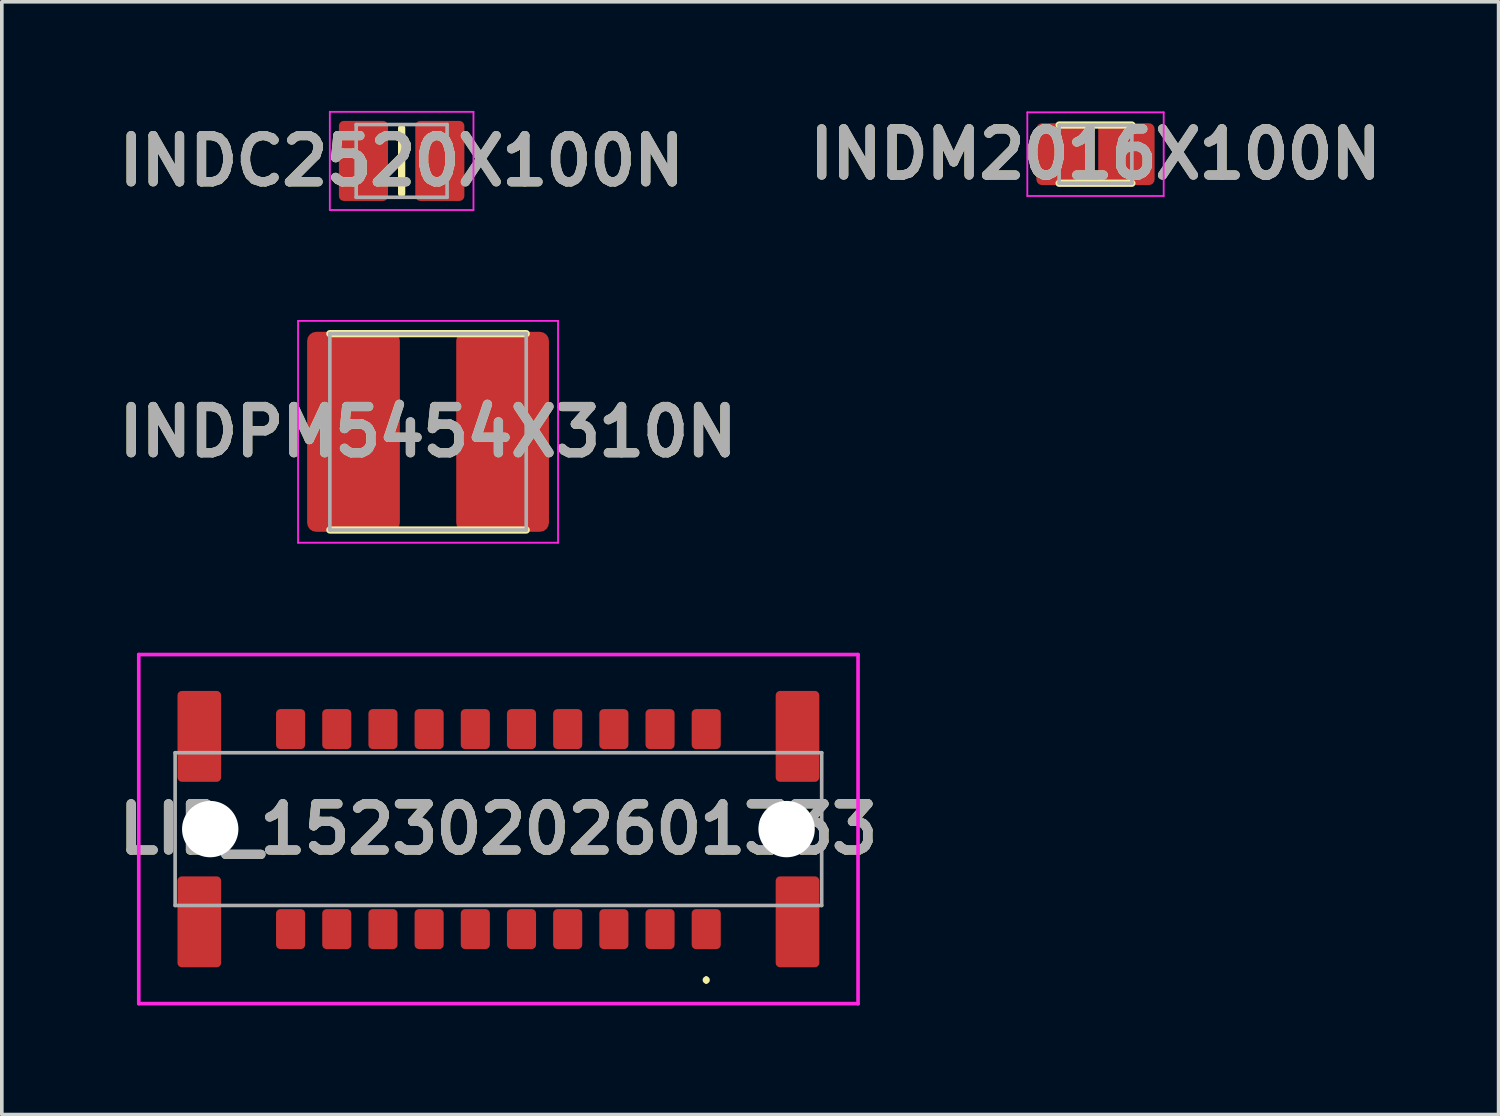
<source format=kicad_pcb>
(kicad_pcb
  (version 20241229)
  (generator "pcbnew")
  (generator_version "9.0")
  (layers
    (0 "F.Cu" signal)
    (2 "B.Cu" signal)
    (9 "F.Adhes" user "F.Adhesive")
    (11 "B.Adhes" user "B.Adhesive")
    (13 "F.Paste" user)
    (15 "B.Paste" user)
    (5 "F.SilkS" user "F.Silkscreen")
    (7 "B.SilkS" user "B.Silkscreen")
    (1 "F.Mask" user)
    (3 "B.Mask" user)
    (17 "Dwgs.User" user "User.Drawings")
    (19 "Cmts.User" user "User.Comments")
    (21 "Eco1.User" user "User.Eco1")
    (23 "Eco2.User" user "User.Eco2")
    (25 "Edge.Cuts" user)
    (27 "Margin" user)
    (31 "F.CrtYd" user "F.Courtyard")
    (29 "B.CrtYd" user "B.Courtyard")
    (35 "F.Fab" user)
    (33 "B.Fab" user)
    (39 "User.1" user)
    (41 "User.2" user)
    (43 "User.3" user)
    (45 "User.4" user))
  (footprint "INDPM5454X310N"
    (layer "F.Cu")
    (at 8.721 8.825)
    (property "Reference" "INDPM5454X310N" (at 0 0 0) (layer "F.SilkS") (effects (font (size 1.27 1.27) (thickness 0.254))))
    (attr smd)
    (fp_line (start -2.7 2.7) (end 2.7 2.7) (stroke (width 0.2) (type solid)) (layer "F.SilkS"))
    (fp_line (start 2.7 -2.7) (end -2.7 -2.7) (stroke (width 0.2) (type solid)) (layer "F.SilkS"))
    (fp_line (start -3.575 -3.05) (end 3.575 -3.05) (stroke (width 0.05) (type solid)) (layer "F.CrtYd"))
    (fp_line (start -3.575 3.05) (end -3.575 -3.05) (stroke (width 0.05) (type solid)) (layer "F.CrtYd"))
    (fp_line (start 3.575 -3.05) (end 3.575 3.05) (stroke (width 0.05) (type solid)) (layer "F.CrtYd"))
    (fp_line (start 3.575 3.05) (end -3.575 3.05) (stroke (width 0.05) (type solid)) (layer "F.CrtYd"))
    (fp_line (start -2.7 -2.7) (end 2.7 -2.7) (stroke (width 0.1) (type solid)) (layer "F.Fab"))
    (fp_line (start -2.7 2.7) (end -2.7 -2.7) (stroke (width 0.1) (type solid)) (layer "F.Fab"))
    (fp_line (start 2.7 -2.7) (end 2.7 2.7) (stroke (width 0.1) (type solid)) (layer "F.Fab"))
    (fp_line (start 2.7 2.7) (end -2.7 2.7) (stroke (width 0.1) (type solid)) (layer "F.Fab"))
    (fp_text user "${REFERENCE}" (at 0 0 0) (layer "F.Fab") (effects (font (size 1.27 1.27) (thickness 0.254))))
    (pad "1" smd roundrect (at -2.05 0) (size 2.55 5.5) (layers "F.Cu" "F.Mask" "F.Paste") (roundrect_rratio 0.098))
    (pad "2" smd roundrect (at 2.05 0) (size 2.55 5.5) (layers "F.Cu" "F.Mask" "F.Paste") (roundrect_rratio 0.098)))
  (footprint "LIB_15230202601333"
    (layer "F.Cu")
    (at 10.656 19.75)
    (property "Reference" "LIB_15230202601333" (at 0 0 0) (layer "F.SilkS") (effects (font (size 1.27 1.27) (thickness 0.254))))
    (attr through_hole)
    (fp_line (start 5.715 4.1) (end 5.715 4.1) (stroke (width 0.1) (type solid)) (layer "F.SilkS"))
    (fp_line (start 5.715 4.2) (end 5.715 4.2) (stroke (width 0.1) (type solid)) (layer "F.SilkS"))
    (fp_arc (start 5.715 4.1) (mid 5.765 4.15) (end 5.715 4.2) (stroke (width 0.1) (type solid)) (layer "F.SilkS"))
    (fp_arc (start 5.715 4.2) (mid 5.665 4.15) (end 5.715 4.1) (stroke (width 0.1) (type solid)) (layer "F.SilkS"))
    (fp_line (start -9.89 -4.8) (end 9.89 -4.8) (stroke (width 0.1) (type solid)) (layer "F.CrtYd"))
    (fp_line (start -9.89 4.8) (end -9.89 -4.8) (stroke (width 0.1) (type solid)) (layer "F.CrtYd"))
    (fp_line (start 9.89 -4.8) (end 9.89 4.8) (stroke (width 0.1) (type solid)) (layer "F.CrtYd"))
    (fp_line (start 9.89 4.8) (end -9.89 4.8) (stroke (width 0.1) (type solid)) (layer "F.CrtYd"))
    (fp_line (start -8.89 -2.1) (end 8.89 -2.1) (stroke (width 0.1) (type solid)) (layer "F.Fab"))
    (fp_line (start -8.89 2.1) (end -8.89 -2.1) (stroke (width 0.1) (type solid)) (layer "F.Fab"))
    (fp_line (start 8.89 -2.1) (end 8.89 2.1) (stroke (width 0.1) (type solid)) (layer "F.Fab"))
    (fp_line (start 8.89 2.1) (end -8.89 2.1) (stroke (width 0.1) (type solid)) (layer "F.Fab"))
    (fp_text user "${REFERENCE}" (at 0 0 0) (layer "F.Fab") (effects (font (size 1.27 1.27) (thickness 0.254))))
    (pad "" np_thru_hole circle (at -7.925 0) (size 1.55 1.55) (drill 1.55) (layers "*.Cu" "*.Mask"))
    (pad "" np_thru_hole circle (at 7.925 0) (size 1.55 1.55) (drill 1.55) (layers "*.Cu" "*.Mask"))
    (pad "1" smd roundrect (at 8.225 2.55) (size 1.2 2.5) (layers "F.Cu" "F.Mask" "F.Paste") (roundrect_rratio 0.1))
    (pad "2" smd roundrect (at 8.225 -2.55) (size 1.2 2.5) (layers "F.Cu" "F.Mask" "F.Paste") (roundrect_rratio 0.1))
    (pad "3" smd roundrect (at -8.225 2.55) (size 1.2 2.5) (layers "F.Cu" "F.Mask" "F.Paste") (roundrect_rratio 0.1))
    (pad "4" smd roundrect (at -8.225 -2.55) (size 1.2 2.5) (layers "F.Cu" "F.Mask" "F.Paste") (roundrect_rratio 0.1))
    (pad "A1" smd roundrect (at 5.715 2.75) (size 0.8 1.1) (layers "F.Cu" "F.Mask" "F.Paste") (roundrect_rratio 0.15))
    (pad "A2" smd roundrect (at 4.445 2.75) (size 0.8 1.1) (layers "F.Cu" "F.Mask" "F.Paste") (roundrect_rratio 0.15))
    (pad "A3" smd roundrect (at 3.175 2.75) (size 0.8 1.1) (layers "F.Cu" "F.Mask" "F.Paste") (roundrect_rratio 0.15))
    (pad "A4" smd roundrect (at 1.905 2.75) (size 0.8 1.1) (layers "F.Cu" "F.Mask" "F.Paste") (roundrect_rratio 0.15))
    (pad "A5" smd roundrect (at 0.635 2.75) (size 0.8 1.1) (layers "F.Cu" "F.Mask" "F.Paste") (roundrect_rratio 0.15))
    (pad "A6" smd roundrect (at -0.635 2.75) (size 0.8 1.1) (layers "F.Cu" "F.Mask" "F.Paste") (roundrect_rratio 0.15))
    (pad "A7" smd roundrect (at -1.905 2.75) (size 0.8 1.1) (layers "F.Cu" "F.Mask" "F.Paste") (roundrect_rratio 0.15))
    (pad "A8" smd roundrect (at -3.175 2.75) (size 0.8 1.1) (layers "F.Cu" "F.Mask" "F.Paste") (roundrect_rratio 0.15))
    (pad "A9" smd roundrect (at -4.445 2.75) (size 0.8 1.1) (layers "F.Cu" "F.Mask" "F.Paste") (roundrect_rratio 0.15))
    (pad "A10" smd roundrect (at -5.715 2.75) (size 0.8 1.1) (layers "F.Cu" "F.Mask" "F.Paste") (roundrect_rratio 0.15))
    (pad "B1" smd roundrect (at 5.715 -2.75) (size 0.8 1.1) (layers "F.Cu" "F.Mask" "F.Paste") (roundrect_rratio 0.15))
    (pad "B2" smd roundrect (at 4.445 -2.75) (size 0.8 1.1) (layers "F.Cu" "F.Mask" "F.Paste") (roundrect_rratio 0.15))
    (pad "B3" smd roundrect (at 3.175 -2.75) (size 0.8 1.1) (layers "F.Cu" "F.Mask" "F.Paste") (roundrect_rratio 0.15))
    (pad "B4" smd roundrect (at 1.905 -2.75) (size 0.8 1.1) (layers "F.Cu" "F.Mask" "F.Paste") (roundrect_rratio 0.15))
    (pad "B5" smd roundrect (at 0.635 -2.75) (size 0.8 1.1) (layers "F.Cu" "F.Mask" "F.Paste") (roundrect_rratio 0.15))
    (pad "B6" smd roundrect (at -0.635 -2.75) (size 0.8 1.1) (layers "F.Cu" "F.Mask" "F.Paste") (roundrect_rratio 0.15))
    (pad "B7" smd roundrect (at -1.905 -2.75) (size 0.8 1.1) (layers "F.Cu" "F.Mask" "F.Paste") (roundrect_rratio 0.15))
    (pad "B8" smd roundrect (at -3.175 -2.75) (size 0.8 1.1) (layers "F.Cu" "F.Mask" "F.Paste") (roundrect_rratio 0.15))
    (pad "B9" smd roundrect (at -4.445 -2.75) (size 0.8 1.1) (layers "F.Cu" "F.Mask" "F.Paste") (roundrect_rratio 0.15))
    (pad "B10" smd roundrect (at -5.715 -2.75) (size 0.8 1.1) (layers "F.Cu" "F.Mask" "F.Paste") (roundrect_rratio 0.15)))
  (footprint "INDM2016X100N"
    (layer "F.Cu")
    (at 27.076 1.189)
    (property "Reference" "INDM2016X100N" (at 0 0 0) (layer "F.SilkS") (effects (font (size 1.27 1.27) (thickness 0.254))))
    (attr smd)
    (fp_line (start -1 0.8) (end 1 0.8) (stroke (width 0.2) (type solid)) (layer "F.SilkS"))
    (fp_line (start 1 -0.8) (end -1 -0.8) (stroke (width 0.2) (type solid)) (layer "F.SilkS"))
    (fp_line (start -1.875 -1.15) (end 1.875 -1.15) (stroke (width 0.05) (type solid)) (layer "F.CrtYd"))
    (fp_line (start -1.875 1.15) (end -1.875 -1.15) (stroke (width 0.05) (type solid)) (layer "F.CrtYd"))
    (fp_line (start 1.875 -1.15) (end 1.875 1.15) (stroke (width 0.05) (type solid)) (layer "F.CrtYd"))
    (fp_line (start 1.875 1.15) (end -1.875 1.15) (stroke (width 0.05) (type solid)) (layer "F.CrtYd"))
    (fp_line (start -1 -0.8) (end 1 -0.8) (stroke (width 0.1) (type solid)) (layer "F.Fab"))
    (fp_line (start -1 0.8) (end -1 -0.8) (stroke (width 0.1) (type solid)) (layer "F.Fab"))
    (fp_line (start 1 -0.8) (end 1 0.8) (stroke (width 0.1) (type solid)) (layer "F.Fab"))
    (fp_line (start 1 0.8) (end -1 0.8) (stroke (width 0.1) (type solid)) (layer "F.Fab"))
    (fp_text user "${REFERENCE}" (at 0 0 0) (layer "F.Fab") (effects (font (size 1.27 1.27) (thickness 0.254))))
    (pad "1" smd roundrect (at -0.85 0) (size 1.55 1.7) (layers "F.Cu" "F.Mask" "F.Paste") (roundrect_rratio 0.1))
    (pad "2" smd roundrect (at 0.85 0) (size 1.55 1.7) (layers "F.Cu" "F.Mask" "F.Paste") (roundrect_rratio 0.1)))
  (footprint "INDC2520X100N"
    (layer "F.Cu")
    (at 7.995 1.375)
    (property "Reference" "INDC2520X100N" (at 0 0 0) (layer "F.SilkS") (effects (font (size 1.27 1.27) (thickness 0.254))))
    (attr smd)
    (fp_line (start 0 -0.9) (end 0 0.9) (stroke (width 0.2) (type solid)) (layer "F.SilkS"))
    (fp_line (start -1.975 -1.35) (end 1.975 -1.35) (stroke (width 0.05) (type solid)) (layer "F.CrtYd"))
    (fp_line (start -1.975 1.35) (end -1.975 -1.35) (stroke (width 0.05) (type solid)) (layer "F.CrtYd"))
    (fp_line (start 1.975 -1.35) (end 1.975 1.35) (stroke (width 0.05) (type solid)) (layer "F.CrtYd"))
    (fp_line (start 1.975 1.35) (end -1.975 1.35) (stroke (width 0.05) (type solid)) (layer "F.CrtYd"))
    (fp_line (start -1.25 -1) (end 1.25 -1) (stroke (width 0.1) (type solid)) (layer "F.Fab"))
    (fp_line (start -1.25 1) (end -1.25 -1) (stroke (width 0.1) (type solid)) (layer "F.Fab"))
    (fp_line (start 1.25 -1) (end 1.25 1) (stroke (width 0.1) (type solid)) (layer "F.Fab"))
    (fp_line (start 1.25 1) (end -1.25 1) (stroke (width 0.1) (type solid)) (layer "F.Fab"))
    (fp_text user "${REFERENCE}" (at 0 0 0) (layer "F.Fab") (effects (font (size 1.27 1.27) (thickness 0.254))))
    (pad "1" smd roundrect (at -1.05 0) (size 1.35 2.2) (layers "F.Cu" "F.Mask" "F.Paste") (roundrect_rratio 0.1))
    (pad "2" smd roundrect (at 1.05 0) (size 1.35 2.2) (layers "F.Cu" "F.Mask" "F.Paste") (roundrect_rratio 0.1)))
  (gr_rect
    (start -3 -3)
    (end 38.161 27.6)
    (stroke (width 0.1) (type default))
    (fill no)
    (layer "Edge.Cuts")))
</source>
